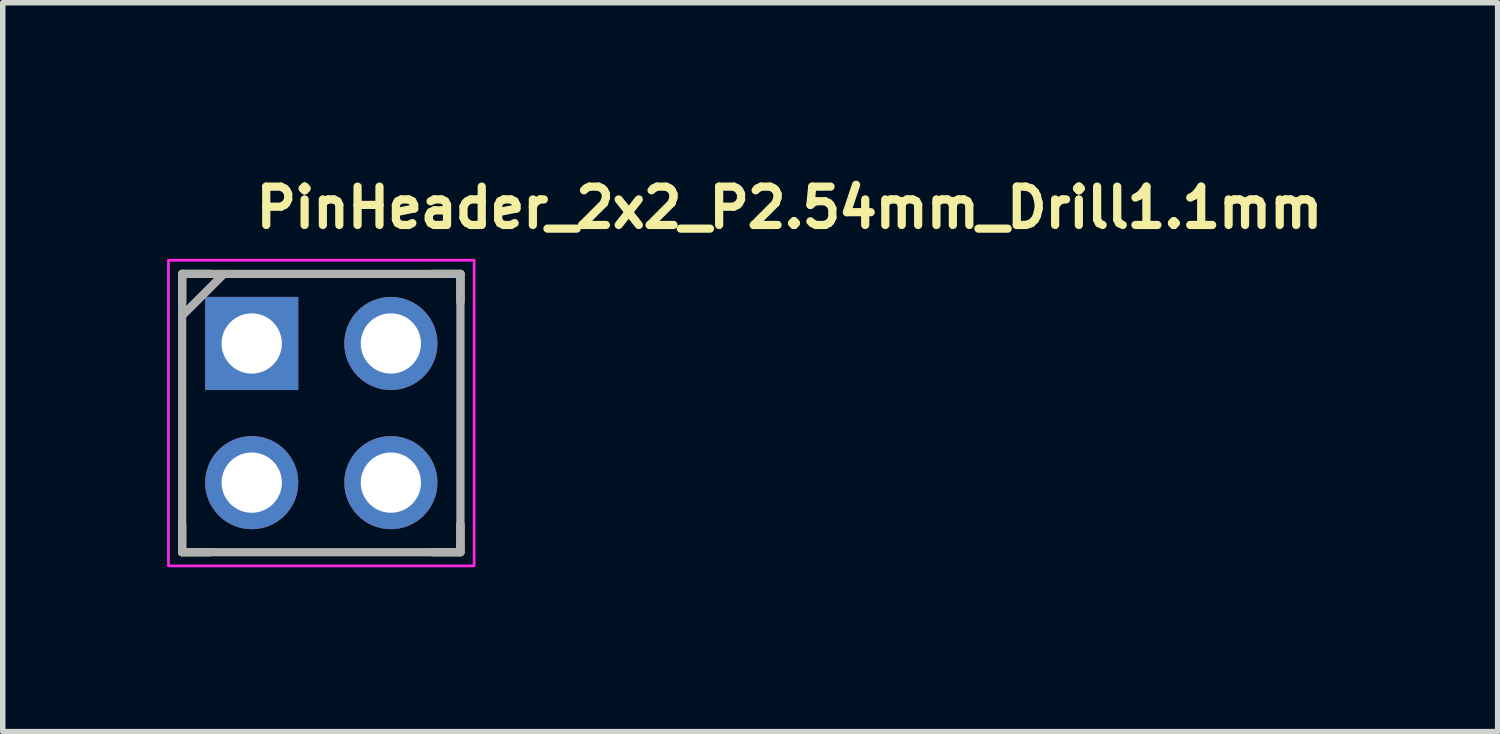
<source format=kicad_pcb>
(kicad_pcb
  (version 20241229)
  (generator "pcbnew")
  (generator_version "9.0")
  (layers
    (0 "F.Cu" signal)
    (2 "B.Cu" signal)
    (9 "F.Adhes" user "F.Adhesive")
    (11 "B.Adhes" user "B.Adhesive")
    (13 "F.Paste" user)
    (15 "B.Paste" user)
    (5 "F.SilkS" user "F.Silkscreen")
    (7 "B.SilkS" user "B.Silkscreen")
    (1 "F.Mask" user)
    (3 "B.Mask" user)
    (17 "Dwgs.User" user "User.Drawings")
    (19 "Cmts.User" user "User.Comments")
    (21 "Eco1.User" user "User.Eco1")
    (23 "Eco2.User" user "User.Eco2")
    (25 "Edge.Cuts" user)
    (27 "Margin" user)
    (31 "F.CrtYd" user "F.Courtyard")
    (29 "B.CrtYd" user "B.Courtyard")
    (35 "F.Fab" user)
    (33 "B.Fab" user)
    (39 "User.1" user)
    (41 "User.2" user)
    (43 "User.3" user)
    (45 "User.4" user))
  (footprint "PinHeader_2x2_P2.54mm_Drill1.1mm"
    (layer "F.Cu")
    (at 1.545 3.22)
    (property "Reference" "PinHeader_2x2_P2.54mm_Drill1.1mm" (at 0 -2.07 0) (layer "F.SilkS") (effects (font (size 0.7 0.7) (thickness 0.15)) (justify left bottom)))
    (attr through_hole)
    (fp_line (start -1.27 -1.27) (end -0.76 -1.27) (stroke (width 0.15) (type default)) (layer "F.SilkS"))
    (fp_line (start -1.27 -0.76) (end -1.27 -1.27) (stroke (width 0.15) (type default)) (layer "F.SilkS"))
    (fp_line (start -1.27 3.81) (end -1.27 3.3) (stroke (width 0.15) (type default)) (layer "F.SilkS"))
    (fp_line (start -0.76 3.81) (end -1.27 3.81) (stroke (width 0.15) (type default)) (layer "F.SilkS"))
    (fp_line (start 3.3 -1.27) (end 3.81 -1.27) (stroke (width 0.15) (type default)) (layer "F.SilkS"))
    (fp_line (start 3.81 -1.27) (end 3.81 -0.76) (stroke (width 0.15) (type default)) (layer "F.SilkS"))
    (fp_line (start 3.81 3.3) (end 3.81 3.81) (stroke (width 0.15) (type default)) (layer "F.SilkS"))
    (fp_line (start 3.81 3.81) (end 3.3 3.81) (stroke (width 0.15) (type default)) (layer "F.SilkS"))
    (fp_rect (start -1.52 -1.52) (end 4.06 4.06) (stroke (width 0.05) (type solid)) (fill no) (layer "F.CrtYd"))
    (fp_line (start -0.508 -1.27) (end -1.27 -0.508) (stroke (width 0.15) (type default)) (layer "F.Fab"))
    (fp_rect (start -1.27 -1.27) (end 3.81 3.81) (stroke (width 0.15) (type solid)) (fill no) (layer "F.Fab"))
    (fp_rect (start -1.27 -1.27) (end 3.81 3.81) (stroke (width 0.1) (type solid)) (fill no) (layer "User.5"))
    (fp_line (start -1.27 1.02) (end -1.27 -1.02) (stroke (width 0.02) (type solid)) (layer "User.9"))
    (fp_line (start -1.27 1.02) (end -0.77 1.27) (stroke (width 0.02) (type solid)) (layer "User.9"))
    (fp_line (start -1.27 3.56) (end -1.27 1.52) (stroke (width 0.02) (type solid)) (layer "User.9"))
    (fp_line (start -1.27 3.56) (end -0.77 3.81) (stroke (width 0.02) (type solid)) (layer "User.9"))
    (fp_line (start -0.77 -1.27) (end -1.27 -1.02) (stroke (width 0.02) (type solid)) (layer "User.9"))
    (fp_line (start -0.77 -1.27) (end 3.31 -1.27) (stroke (width 0.02) (type solid)) (layer "User.9"))
    (fp_line (start -0.77 1.27) (end -1.27 1.52) (stroke (width 0.02) (type solid)) (layer "User.9"))
    (fp_line (start -0.77 3.81) (end 3.31 3.81) (stroke (width 0.02) (type solid)) (layer "User.9"))
    (fp_line (start -0.32 -0.32) (end 0.32 -0.32) (stroke (width 0.02) (type solid)) (layer "User.9"))
    (fp_line (start -0.32 0.32) (end -0.32 -0.32) (stroke (width 0.02) (type solid)) (layer "User.9"))
    (fp_line (start -0.32 2.22) (end 0.32 2.22) (stroke (width 0.02) (type solid)) (layer "User.9"))
    (fp_line (start -0.32 2.86) (end -0.32 2.22) (stroke (width 0.02) (type solid)) (layer "User.9"))
    (fp_line (start -0.12 -0.12) (end -0.32 -0.32) (stroke (width 0.02) (type solid)) (layer "User.9"))
    (fp_line (start -0.12 -0.12) (end -0.12 0.12) (stroke (width 0.02) (type solid)) (layer "User.9"))
    (fp_line (start -0.12 -0.12) (end 0.12 -0.12) (stroke (width 0.02) (type solid)) (layer "User.9"))
    (fp_line (start -0.12 0.12) (end -0.32 0.32) (stroke (width 0.02) (type solid)) (layer "User.9"))
    (fp_line (start -0.12 0.12) (end -0.32 0.32) (stroke (width 0.02) (type solid)) (layer "User.9"))
    (fp_line (start -0.12 0.12) (end 0.12 0.12) (stroke (width 0.02) (type solid)) (layer "User.9"))
    (fp_line (start -0.12 2.42) (end -0.32 2.22) (stroke (width 0.02) (type solid)) (layer "User.9"))
    (fp_line (start -0.12 2.42) (end -0.12 2.66) (stroke (width 0.02) (type solid)) (layer "User.9"))
    (fp_line (start -0.12 2.42) (end 0.12 2.42) (stroke (width 0.02) (type solid)) (layer "User.9"))
    (fp_line (start -0.12 2.66) (end -0.32 2.86) (stroke (width 0.02) (type solid)) (layer "User.9"))
    (fp_line (start -0.12 2.66) (end -0.32 2.86) (stroke (width 0.02) (type solid)) (layer "User.9"))
    (fp_line (start -0.12 2.66) (end 0.12 2.66) (stroke (width 0.02) (type solid)) (layer "User.9"))
    (fp_line (start 0.12 -0.12) (end -0.12 -0.12) (stroke (width 0.02) (type solid)) (layer "User.9"))
    (fp_line (start 0.12 0.12) (end 0.12 -0.12) (stroke (width 0.02) (type solid)) (layer "User.9"))
    (fp_line (start 0.12 0.12) (end 0.32 0.32) (stroke (width 0.02) (type solid)) (layer "User.9"))
    (fp_line (start 0.12 2.42) (end -0.12 2.42) (stroke (width 0.02) (type solid)) (layer "User.9"))
    (fp_line (start 0.12 2.66) (end 0.12 2.42) (stroke (width 0.02) (type solid)) (layer "User.9"))
    (fp_line (start 0.12 2.66) (end 0.32 2.86) (stroke (width 0.02) (type solid)) (layer "User.9"))
    (fp_line (start 0.32 -0.32) (end 0.12 -0.12) (stroke (width 0.02) (type solid)) (layer "User.9"))
    (fp_line (start 0.32 -0.32) (end 0.32 0.32) (stroke (width 0.02) (type solid)) (layer "User.9"))
    (fp_line (start 0.32 0.32) (end -0.32 0.32) (stroke (width 0.02) (type solid)) (layer "User.9"))
    (fp_line (start 0.32 0.32) (end 0.32 -0.32) (stroke (width 0.02) (type solid)) (layer "User.9"))
    (fp_line (start 0.32 2.22) (end 0.12 2.42) (stroke (width 0.02) (type solid)) (layer "User.9"))
    (fp_line (start 0.32 2.22) (end 0.32 2.86) (stroke (width 0.02) (type solid)) (layer "User.9"))
    (fp_line (start 0.32 2.86) (end -0.32 2.86) (stroke (width 0.02) (type solid)) (layer "User.9"))
    (fp_line (start 0.32 2.86) (end 0.32 2.22) (stroke (width 0.02) (type solid)) (layer "User.9"))
    (fp_line (start 2.22 -0.32) (end 2.86 -0.32) (stroke (width 0.02) (type solid)) (layer "User.9"))
    (fp_line (start 2.22 0.32) (end 2.22 -0.32) (stroke (width 0.02) (type solid)) (layer "User.9"))
    (fp_line (start 2.22 0.32) (end 2.42 0.12) (stroke (width 0.02) (type solid)) (layer "User.9"))
    (fp_line (start 2.22 2.22) (end 2.86 2.22) (stroke (width 0.02) (type solid)) (layer "User.9"))
    (fp_line (start 2.22 2.86) (end 2.22 2.22) (stroke (width 0.02) (type solid)) (layer "User.9"))
    (fp_line (start 2.42 -0.12) (end 2.22 -0.32) (stroke (width 0.02) (type solid)) (layer "User.9"))
    (fp_line (start 2.42 -0.12) (end 2.42 0.12) (stroke (width 0.02) (type solid)) (layer "User.9"))
    (fp_line (start 2.42 -0.12) (end 2.66 -0.12) (stroke (width 0.02) (type solid)) (layer "User.9"))
    (fp_line (start 2.42 0.12) (end 2.22 0.32) (stroke (width 0.02) (type solid)) (layer "User.9"))
    (fp_line (start 2.42 0.12) (end 2.66 0.12) (stroke (width 0.02) (type solid)) (layer "User.9"))
    (fp_line (start 2.42 2.42) (end 2.22 2.22) (stroke (width 0.02) (type solid)) (layer "User.9"))
    (fp_line (start 2.42 2.42) (end 2.42 2.66) (stroke (width 0.02) (type solid)) (layer "User.9"))
    (fp_line (start 2.42 2.66) (end 2.22 2.86) (stroke (width 0.02) (type solid)) (layer "User.9"))
    (fp_line (start 2.42 2.66) (end 2.22 2.86) (stroke (width 0.02) (type solid)) (layer "User.9"))
    (fp_line (start 2.42 2.66) (end 2.86 2.66) (stroke (width 0.02) (type solid)) (layer "User.9"))
    (fp_line (start 2.66 -0.12) (end 2.42 -0.12) (stroke (width 0.02) (type solid)) (layer "User.9"))
    (fp_line (start 2.66 0.12) (end 2.66 -0.12) (stroke (width 0.02) (type solid)) (layer "User.9"))
    (fp_line (start 2.66 0.12) (end 2.86 -0.32) (stroke (width 0.02) (type solid)) (layer "User.9"))
    (fp_line (start 2.66 0.12) (end 2.86 0.32) (stroke (width 0.02) (type solid)) (layer "User.9"))
    (fp_line (start 2.66 2.42) (end 2.42 2.42) (stroke (width 0.02) (type solid)) (layer "User.9"))
    (fp_line (start 2.66 2.66) (end 2.66 2.42) (stroke (width 0.02) (type solid)) (layer "User.9"))
    (fp_line (start 2.66 2.66) (end 2.86 2.86) (stroke (width 0.02) (type solid)) (layer "User.9"))
    (fp_line (start 2.86 -0.32) (end 2.66 -0.12) (stroke (width 0.02) (type solid)) (layer "User.9"))
    (fp_line (start 2.86 -0.32) (end 2.86 0.32) (stroke (width 0.02) (type solid)) (layer "User.9"))
    (fp_line (start 2.86 0.32) (end 2.22 0.32) (stroke (width 0.02) (type solid)) (layer "User.9"))
    (fp_line (start 2.86 2.22) (end 2.66 2.42) (stroke (width 0.02) (type solid)) (layer "User.9"))
    (fp_line (start 2.86 2.22) (end 2.86 2.66) (stroke (width 0.02) (type solid)) (layer "User.9"))
    (fp_line (start 2.86 2.86) (end 2.22 2.86) (stroke (width 0.02) (type solid)) (layer "User.9"))
    (fp_line (start 3.31 -1.27) (end 3.81 -1.02) (stroke (width 0.02) (type solid)) (layer "User.9"))
    (fp_line (start 3.31 1.27) (end 3.81 1.52) (stroke (width 0.02) (type solid)) (layer "User.9"))
    (fp_line (start 3.81 1.02) (end 3.31 1.27) (stroke (width 0.02) (type solid)) (layer "User.9"))
    (fp_line (start 3.81 1.02) (end 3.81 -1.02) (stroke (width 0.02) (type solid)) (layer "User.9"))
    (fp_line (start 3.81 3.56) (end 3.31 3.81) (stroke (width 0.02) (type solid)) (layer "User.9"))
    (fp_line (start 3.81 3.56) (end 3.81 1.52) (stroke (width 0.02) (type solid)) (layer "User.9"))
    (pad "1" thru_hole rect (at 0 0) (size 1.7 1.7) (drill 1.1) (layers "*.Cu" "*.Mask"))
    (pad "2" thru_hole oval (at 2.54 0) (size 1.7 1.7) (drill 1.1) (layers "*.Cu" "*.Mask"))
    (pad "3" thru_hole oval (at 0 2.54) (size 1.7 1.7) (drill 1.1) (layers "*.Cu" "*.Mask"))
    (pad "4" thru_hole oval (at 2.54 2.54) (size 1.7 1.7) (drill 1.1) (layers "*.Cu" "*.Mask")))
  (gr_rect
    (start -3 -3)
    (end 24.288 10.305)
    (stroke (width 0.1) (type default))
    (fill no)
    (layer "Edge.Cuts")))
</source>
